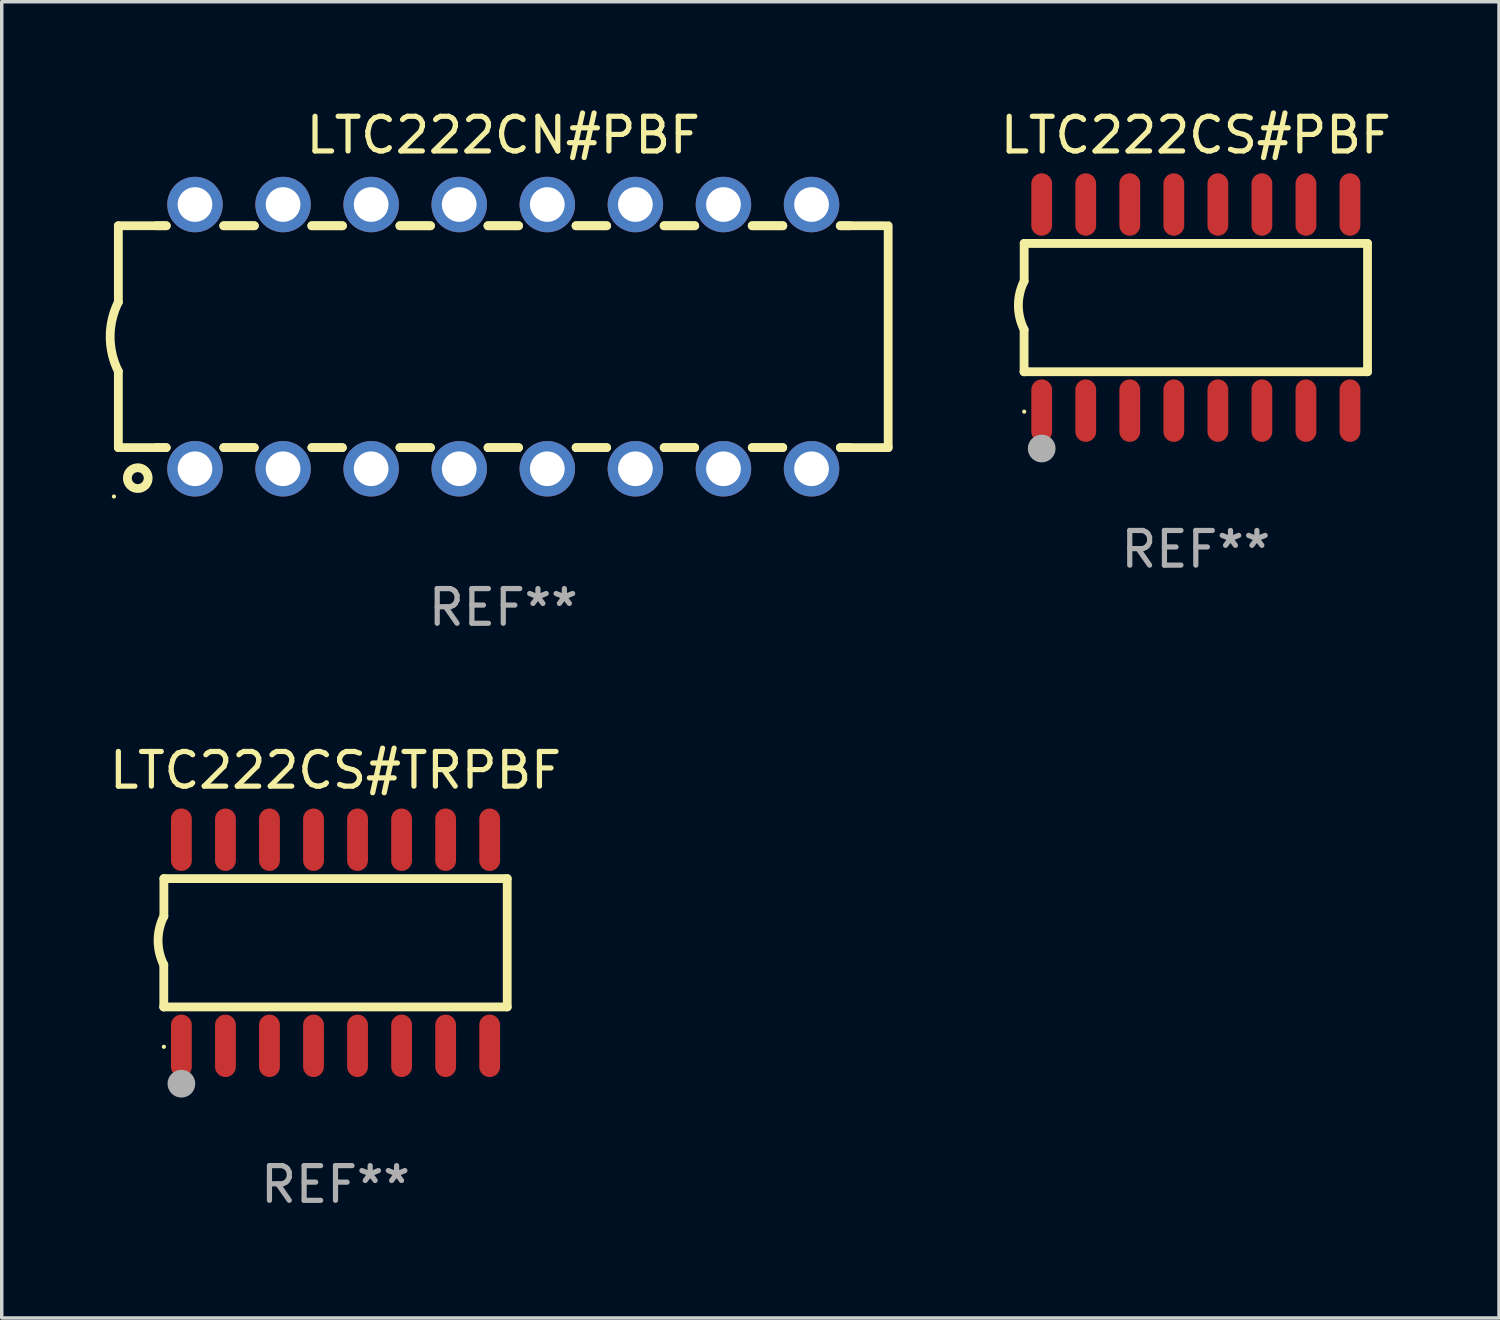
<source format=kicad_pcb>
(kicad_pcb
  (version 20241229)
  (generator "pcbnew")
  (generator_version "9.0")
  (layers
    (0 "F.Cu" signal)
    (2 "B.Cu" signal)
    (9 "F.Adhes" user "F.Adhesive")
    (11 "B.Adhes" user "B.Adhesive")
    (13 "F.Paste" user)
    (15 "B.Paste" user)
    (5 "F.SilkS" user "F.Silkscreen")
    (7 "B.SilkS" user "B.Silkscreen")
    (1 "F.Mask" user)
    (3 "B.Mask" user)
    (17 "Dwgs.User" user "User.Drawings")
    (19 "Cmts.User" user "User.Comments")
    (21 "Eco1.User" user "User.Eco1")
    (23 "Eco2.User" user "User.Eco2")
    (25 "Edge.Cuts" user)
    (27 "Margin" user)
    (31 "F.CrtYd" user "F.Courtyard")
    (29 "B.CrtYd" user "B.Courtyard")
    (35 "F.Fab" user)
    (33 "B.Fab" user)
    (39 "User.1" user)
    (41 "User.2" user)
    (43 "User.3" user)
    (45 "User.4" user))
  (footprint "LTC222CS#PBF"
    (layer "F.Cu")
    (at 31.434 5.82)
    (property "Reference" "LTC222CS#PBF" (at 0 -4.972 0) (layer "F.SilkS") (effects (font (size 1 1) (thickness 0.15))))
    (attr through_hole)
    (fp_line (start -4.952 0.635) (end -4.952 1.85) (stroke (width 0.254) (type solid)) (layer "F.SilkS"))
    (fp_line (start -4.952 1.85) (end -4.949 1.85) (stroke (width 0.254) (type solid)) (layer "F.SilkS"))
    (fp_line (start -4.949 -1.85) (end -4.949 -0.762) (stroke (width 0.254) (type solid)) (layer "F.SilkS"))
    (fp_line (start -4.949 1.85) (end 4.952 1.85) (stroke (width 0.254) (type solid)) (layer "F.SilkS"))
    (fp_line (start 4.952 -1.85) (end -4.949 -1.85) (stroke (width 0.254) (type solid)) (layer "F.SilkS"))
    (fp_line (start 4.952 1.85) (end 4.952 -1.85) (stroke (width 0.254) (type solid)) (layer "F.SilkS"))
    (fp_arc (start -4.951524 0.635001) (mid -5.116418 -0.0635) (end -4.951524 -0.762002) (stroke (width 0.254001) (type solid)) (layer "F.SilkS"))
    (fp_circle (center -4.949 3) (end -4.919 3) (stroke (width 0.06) (type solid)) (fill no) (layer "F.SilkS"))
    (fp_circle (center -4.444 4.064) (end -4.244 4.064) (stroke (width 0.4) (type solid)) (fill no) (layer "F.Fab"))
    (fp_text user "REF**" (at 0 6.972 0) (layer "F.Fab") (effects (font (size 1 1) (thickness 0.15))))
    (pad "1" smd oval (at -4.444 2.972 180) (size 0.6 1.8) (layers "F.Cu" "F.Mask" "F.Paste"))
    (pad "2" smd oval (at -3.174 2.972 180) (size 0.6 1.8) (layers "F.Cu" "F.Mask" "F.Paste"))
    (pad "3" smd oval (at -1.904 2.972 180) (size 0.6 1.8) (layers "F.Cu" "F.Mask" "F.Paste"))
    (pad "4" smd oval (at -0.634 2.972 180) (size 0.6 1.8) (layers "F.Cu" "F.Mask" "F.Paste"))
    (pad "5" smd oval (at 0.636 2.972 180) (size 0.6 1.8) (layers "F.Cu" "F.Mask" "F.Paste"))
    (pad "6" smd oval (at 1.906 2.972 180) (size 0.6 1.8) (layers "F.Cu" "F.Mask" "F.Paste"))
    (pad "7" smd oval (at 3.176 2.972 180) (size 0.6 1.8) (layers "F.Cu" "F.Mask" "F.Paste"))
    (pad "8" smd oval (at 4.446 2.972 180) (size 0.6 1.8) (layers "F.Cu" "F.Mask" "F.Paste"))
    (pad "9" smd oval (at 4.446 -2.972 180) (size 0.6 1.8) (layers "F.Cu" "F.Mask" "F.Paste"))
    (pad "10" smd oval (at 3.176 -2.972 180) (size 0.6 1.8) (layers "F.Cu" "F.Mask" "F.Paste"))
    (pad "11" smd oval (at 1.906 -2.972 180) (size 0.6 1.8) (layers "F.Cu" "F.Mask" "F.Paste"))
    (pad "12" smd oval (at 0.636 -2.972 180) (size 0.6 1.8) (layers "F.Cu" "F.Mask" "F.Paste"))
    (pad "13" smd oval (at -0.634 -2.972 180) (size 0.6 1.8) (layers "F.Cu" "F.Mask" "F.Paste"))
    (pad "14" smd oval (at -1.904 -2.972 180) (size 0.6 1.8) (layers "F.Cu" "F.Mask" "F.Paste"))
    (pad "15" smd oval (at -3.174 -2.972 180) (size 0.6 1.8) (layers "F.Cu" "F.Mask" "F.Paste"))
    (pad "16" smd oval (at -4.444 -2.972 180) (size 0.6 1.8) (layers "F.Cu" "F.Mask" "F.Paste")))
  (footprint "LTC222CS#TRPBF"
    (layer "F.Cu")
    (at 6.625 24.137)
    (property "Reference" "LTC222CS#TRPBF" (at 0 -4.972 0) (layer "F.SilkS") (effects (font (size 1 1) (thickness 0.15))))
    (attr through_hole)
    (fp_line (start -4.952 0.635) (end -4.952 1.85) (stroke (width 0.254) (type solid)) (layer "F.SilkS"))
    (fp_line (start -4.952 1.85) (end -4.949 1.85) (stroke (width 0.254) (type solid)) (layer "F.SilkS"))
    (fp_line (start -4.949 -1.85) (end -4.949 -0.762) (stroke (width 0.254) (type solid)) (layer "F.SilkS"))
    (fp_line (start -4.949 1.85) (end 4.952 1.85) (stroke (width 0.254) (type solid)) (layer "F.SilkS"))
    (fp_line (start 4.952 -1.85) (end -4.949 -1.85) (stroke (width 0.254) (type solid)) (layer "F.SilkS"))
    (fp_line (start 4.952 1.85) (end 4.952 -1.85) (stroke (width 0.254) (type solid)) (layer "F.SilkS"))
    (fp_arc (start -4.951524 0.635001) (mid -5.116418 -0.0635) (end -4.951524 -0.762002) (stroke (width 0.254001) (type solid)) (layer "F.SilkS"))
    (fp_circle (center -4.949 3) (end -4.919 3) (stroke (width 0.06) (type solid)) (fill no) (layer "F.SilkS"))
    (fp_circle (center -4.444 4.064) (end -4.244 4.064) (stroke (width 0.4) (type solid)) (fill no) (layer "F.Fab"))
    (fp_text user "REF**" (at 0 6.972 0) (layer "F.Fab") (effects (font (size 1 1) (thickness 0.15))))
    (pad "1" smd oval (at -4.444 2.972 180) (size 0.6 1.8) (layers "F.Cu" "F.Mask" "F.Paste"))
    (pad "2" smd oval (at -3.174 2.972 180) (size 0.6 1.8) (layers "F.Cu" "F.Mask" "F.Paste"))
    (pad "3" smd oval (at -1.904 2.972 180) (size 0.6 1.8) (layers "F.Cu" "F.Mask" "F.Paste"))
    (pad "4" smd oval (at -0.634 2.972 180) (size 0.6 1.8) (layers "F.Cu" "F.Mask" "F.Paste"))
    (pad "5" smd oval (at 0.636 2.972 180) (size 0.6 1.8) (layers "F.Cu" "F.Mask" "F.Paste"))
    (pad "6" smd oval (at 1.906 2.972 180) (size 0.6 1.8) (layers "F.Cu" "F.Mask" "F.Paste"))
    (pad "7" smd oval (at 3.176 2.972 180) (size 0.6 1.8) (layers "F.Cu" "F.Mask" "F.Paste"))
    (pad "8" smd oval (at 4.446 2.972 180) (size 0.6 1.8) (layers "F.Cu" "F.Mask" "F.Paste"))
    (pad "9" smd oval (at 4.446 -2.972 180) (size 0.6 1.8) (layers "F.Cu" "F.Mask" "F.Paste"))
    (pad "10" smd oval (at 3.176 -2.972 180) (size 0.6 1.8) (layers "F.Cu" "F.Mask" "F.Paste"))
    (pad "11" smd oval (at 1.906 -2.972 180) (size 0.6 1.8) (layers "F.Cu" "F.Mask" "F.Paste"))
    (pad "12" smd oval (at 0.636 -2.972 180) (size 0.6 1.8) (layers "F.Cu" "F.Mask" "F.Paste"))
    (pad "13" smd oval (at -0.634 -2.972 180) (size 0.6 1.8) (layers "F.Cu" "F.Mask" "F.Paste"))
    (pad "14" smd oval (at -1.904 -2.972 180) (size 0.6 1.8) (layers "F.Cu" "F.Mask" "F.Paste"))
    (pad "15" smd oval (at -3.174 -2.972 180) (size 0.6 1.8) (layers "F.Cu" "F.Mask" "F.Paste"))
    (pad "16" smd oval (at -4.444 -2.972 180) (size 0.6 1.8) (layers "F.Cu" "F.Mask" "F.Paste")))
  (footprint "LTC222CN#PBF"
    (layer "F.Cu")
    (at 11.463 6.658)
    (property "Reference" "LTC222CN#PBF" (at 0 -5.81 0) (layer "F.SilkS") (effects (font (size 1 1) (thickness 0.15))))
    (attr through_hole)
    (fp_line (start -11.1 -3.198) (end -9.719 -3.198) (stroke (width 0.254) (type solid)) (layer "F.SilkS"))
    (fp_line (start -11.1 -0.998) (end -11.1 -3.198) (stroke (width 0.254) (type solid)) (layer "F.SilkS"))
    (fp_line (start -11.1 3.2) (end -11.1 1) (stroke (width 0.254) (type solid)) (layer "F.SilkS"))
    (fp_line (start -11.1 3.2) (end -9.721 3.2) (stroke (width 0.254) (type solid)) (layer "F.SilkS"))
    (fp_line (start -10 -3.198) (end -9.719 -3.198) (stroke (width 0.254) (type solid)) (layer "F.SilkS"))
    (fp_line (start -10 3.2) (end -9.721 3.2) (stroke (width 0.254) (type solid)) (layer "F.SilkS"))
    (fp_line (start -8.061 -3.198) (end -7.179 -3.198) (stroke (width 0.254) (type solid)) (layer "F.SilkS"))
    (fp_line (start -8.061 -3.198) (end -7.179 -3.198) (stroke (width 0.254) (type solid)) (layer "F.SilkS"))
    (fp_line (start -8.059 3.2) (end -7.181 3.2) (stroke (width 0.254) (type solid)) (layer "F.SilkS"))
    (fp_line (start -8.059 3.2) (end -7.181 3.2) (stroke (width 0.254) (type solid)) (layer "F.SilkS"))
    (fp_line (start -5.521 -3.198) (end -4.639 -3.198) (stroke (width 0.254) (type solid)) (layer "F.SilkS"))
    (fp_line (start -5.521 -3.198) (end -4.639 -3.198) (stroke (width 0.254) (type solid)) (layer "F.SilkS"))
    (fp_line (start -5.519 3.2) (end -4.641 3.2) (stroke (width 0.254) (type solid)) (layer "F.SilkS"))
    (fp_line (start -5.519 3.2) (end -4.641 3.2) (stroke (width 0.254) (type solid)) (layer "F.SilkS"))
    (fp_line (start -2.981 -3.198) (end -2.099 -3.198) (stroke (width 0.254) (type solid)) (layer "F.SilkS"))
    (fp_line (start -2.981 -3.198) (end -2.099 -3.198) (stroke (width 0.254) (type solid)) (layer "F.SilkS"))
    (fp_line (start -2.979 3.2) (end -2.101 3.2) (stroke (width 0.254) (type solid)) (layer "F.SilkS"))
    (fp_line (start -2.979 3.2) (end -2.101 3.2) (stroke (width 0.254) (type solid)) (layer "F.SilkS"))
    (fp_line (start -0.441 -3.198) (end 0.441 -3.198) (stroke (width 0.254) (type solid)) (layer "F.SilkS"))
    (fp_line (start -0.441 -3.198) (end 0.441 -3.198) (stroke (width 0.254) (type solid)) (layer "F.SilkS"))
    (fp_line (start -0.439 3.2) (end 0.439 3.2) (stroke (width 0.254) (type solid)) (layer "F.SilkS"))
    (fp_line (start -0.439 3.2) (end 0.439 3.2) (stroke (width 0.254) (type solid)) (layer "F.SilkS"))
    (fp_line (start 2.099 -3.198) (end 2.981 -3.198) (stroke (width 0.254) (type solid)) (layer "F.SilkS"))
    (fp_line (start 2.099 -3.198) (end 2.981 -3.198) (stroke (width 0.254) (type solid)) (layer "F.SilkS"))
    (fp_line (start 2.101 3.2) (end 2.979 3.2) (stroke (width 0.254) (type solid)) (layer "F.SilkS"))
    (fp_line (start 2.101 3.2) (end 2.979 3.2) (stroke (width 0.254) (type solid)) (layer "F.SilkS"))
    (fp_line (start 4.639 -3.198) (end 5.521 -3.198) (stroke (width 0.254) (type solid)) (layer "F.SilkS"))
    (fp_line (start 4.639 -3.198) (end 5.521 -3.198) (stroke (width 0.254) (type solid)) (layer "F.SilkS"))
    (fp_line (start 4.641 3.2) (end 5.519 3.2) (stroke (width 0.254) (type solid)) (layer "F.SilkS"))
    (fp_line (start 4.641 3.2) (end 5.519 3.2) (stroke (width 0.254) (type solid)) (layer "F.SilkS"))
    (fp_line (start 7.179 -3.198) (end 8.061 -3.198) (stroke (width 0.254) (type solid)) (layer "F.SilkS"))
    (fp_line (start 7.179 -3.198) (end 8.061 -3.198) (stroke (width 0.254) (type solid)) (layer "F.SilkS"))
    (fp_line (start 7.181 3.2) (end 8.059 3.2) (stroke (width 0.254) (type solid)) (layer "F.SilkS"))
    (fp_line (start 7.181 3.2) (end 8.059 3.2) (stroke (width 0.254) (type solid)) (layer "F.SilkS"))
    (fp_line (start 9.719 -3.198) (end 10 -3.198) (stroke (width 0.254) (type solid)) (layer "F.SilkS"))
    (fp_line (start 9.719 -3.198) (end 11 -3.198) (stroke (width 0.254) (type solid)) (layer "F.SilkS"))
    (fp_line (start 9.721 3.2) (end 11.1 3.2) (stroke (width 0.254) (type solid)) (layer "F.SilkS"))
    (fp_line (start 9.721 3.2) (end 10 3.2) (stroke (width 0.254) (type solid)) (layer "F.SilkS"))
    (fp_line (start 11.1 3.2) (end 11.1 -3.2) (stroke (width 0.254) (type solid)) (layer "F.SilkS"))
    (fp_arc (start -11.099823 1.000762) (mid -11.335827 0.001303) (end -11.1 -0.998197) (stroke (width 0.254001) (type solid)) (layer "F.SilkS"))
    (fp_circle (center -11.227 4.61) (end -11.197 4.61) (stroke (width 0.06) (type solid)) (fill no) (layer "F.SilkS"))
    (fp_circle (center -10.54 4.08) (end -10.24 4.08) (stroke (width 0.254) (type solid)) (fill no) (layer "F.SilkS"))
    (fp_text user "REF**" (at 0 7.81 0) (layer "F.Fab") (effects (font (size 1 1) (thickness 0.15))))
    (pad "1" thru_hole circle (at -8.89 3.81) (size 1.6 1.6) (drill 1) (layers "*.Cu" "*.Mask"))
    (pad "2" thru_hole circle (at -6.35 3.81) (size 1.6 1.6) (drill 1) (layers "*.Cu" "*.Mask"))
    (pad "3" thru_hole circle (at -3.81 3.81) (size 1.6 1.6) (drill 1) (layers "*.Cu" "*.Mask"))
    (pad "4" thru_hole circle (at -1.27 3.81) (size 1.6 1.6) (drill 1) (layers "*.Cu" "*.Mask"))
    (pad "5" thru_hole circle (at 1.27 3.81) (size 1.6 1.6) (drill 1) (layers "*.Cu" "*.Mask"))
    (pad "6" thru_hole circle (at 3.81 3.81) (size 1.6 1.6) (drill 1) (layers "*.Cu" "*.Mask"))
    (pad "7" thru_hole circle (at 6.35 3.81) (size 1.6 1.6) (drill 1) (layers "*.Cu" "*.Mask"))
    (pad "8" thru_hole circle (at 8.89 3.81) (size 1.6 1.6) (drill 1) (layers "*.Cu" "*.Mask"))
    (pad "9" thru_hole circle (at 8.89 -3.81) (size 1.6 1.6) (drill 1) (layers "*.Cu" "*.Mask"))
    (pad "10" thru_hole circle (at 6.35 -3.81) (size 1.6 1.6) (drill 1) (layers "*.Cu" "*.Mask"))
    (pad "11" thru_hole circle (at 3.81 -3.81) (size 1.6 1.6) (drill 1) (layers "*.Cu" "*.Mask"))
    (pad "12" thru_hole circle (at 1.27 -3.81) (size 1.6 1.6) (drill 1) (layers "*.Cu" "*.Mask"))
    (pad "13" thru_hole circle (at -1.27 -3.81) (size 1.6 1.6) (drill 1) (layers "*.Cu" "*.Mask"))
    (pad "14" thru_hole circle (at -3.81 -3.81) (size 1.6 1.6) (drill 1) (layers "*.Cu" "*.Mask"))
    (pad "15" thru_hole circle (at -6.35 -3.81) (size 1.6 1.6) (drill 1) (layers "*.Cu" "*.Mask"))
    (pad "16" thru_hole circle (at -8.89 -3.81) (size 1.6 1.6) (drill 1) (layers "*.Cu" "*.Mask")))
  (gr_rect
    (start -3 -3)
    (end 40.178 34.957)
    (stroke (width 0.1) (type default))
    (fill no)
    (layer "Edge.Cuts")))
</source>
